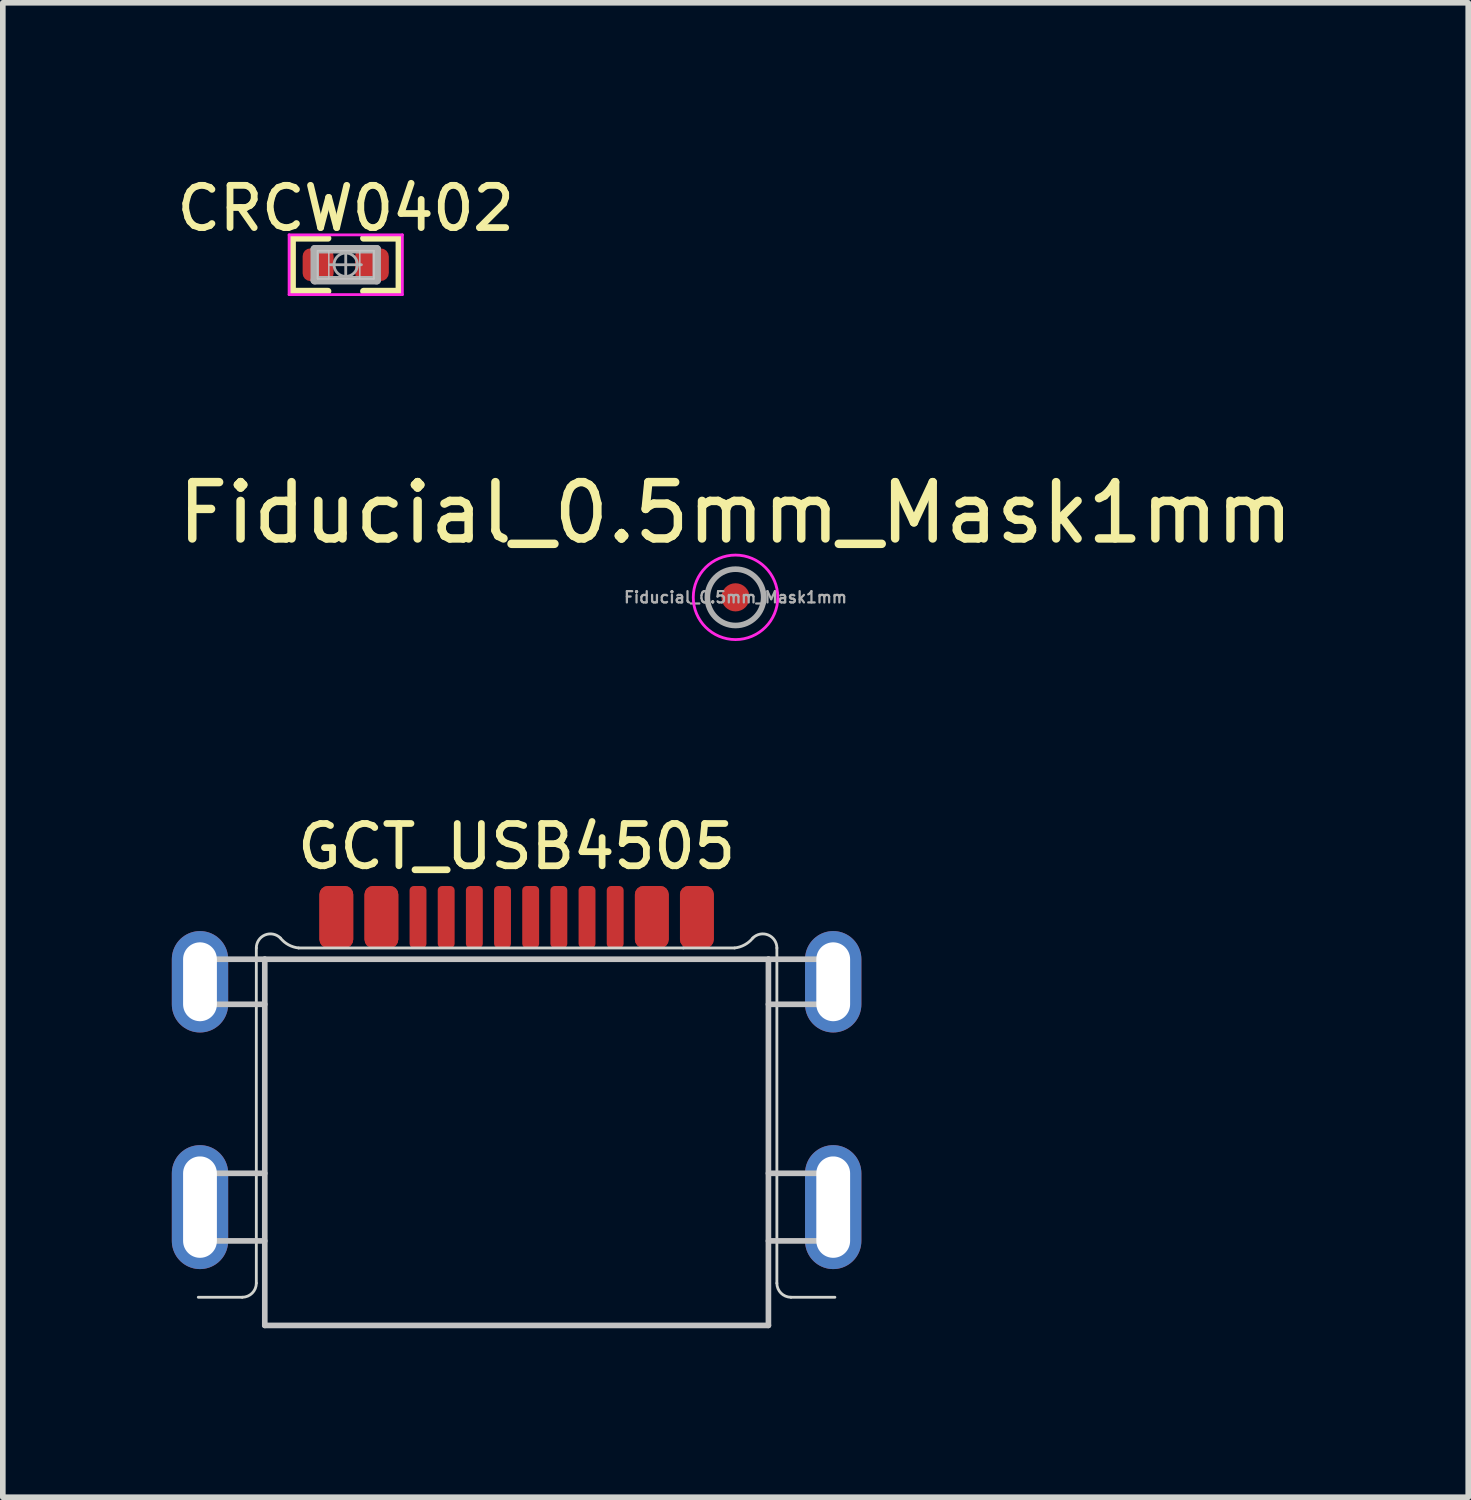
<source format=kicad_pcb>
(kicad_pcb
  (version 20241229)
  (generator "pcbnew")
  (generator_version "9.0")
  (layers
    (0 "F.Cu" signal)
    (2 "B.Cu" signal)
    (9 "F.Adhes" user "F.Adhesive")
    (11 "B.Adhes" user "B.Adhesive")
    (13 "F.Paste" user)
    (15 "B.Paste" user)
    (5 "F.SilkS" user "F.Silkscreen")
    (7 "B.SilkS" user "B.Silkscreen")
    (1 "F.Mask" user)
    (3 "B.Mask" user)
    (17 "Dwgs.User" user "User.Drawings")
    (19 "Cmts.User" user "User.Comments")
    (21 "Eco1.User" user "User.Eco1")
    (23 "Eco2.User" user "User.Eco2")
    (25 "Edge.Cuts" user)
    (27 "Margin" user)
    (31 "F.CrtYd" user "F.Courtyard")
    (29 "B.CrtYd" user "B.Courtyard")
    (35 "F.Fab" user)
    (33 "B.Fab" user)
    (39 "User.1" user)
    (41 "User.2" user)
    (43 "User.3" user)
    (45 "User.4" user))
  (footprint "CRCW0402"
    (layer "F.Cu")
    (at 3.087 1.649)
    (property "Reference" "CRCW0402" (at 0 -1 0) (layer "F.SilkS") (effects (font (size 0.75 0.75) (thickness 0.12))))
    (attr smd)
    (fp_line (start -0.945 -0.47) (end -0.315 -0.47) (stroke (width 0.12) (type solid)) (layer "F.SilkS"))
    (fp_line (start -0.945 0.47) (end -0.945 -0.47) (stroke (width 0.12) (type solid)) (layer "F.SilkS"))
    (fp_line (start -0.315 0.47) (end -0.945 0.47) (stroke (width 0.12) (type solid)) (layer "F.SilkS"))
    (fp_line (start 0.315 0.47) (end 0.945 0.47) (stroke (width 0.12) (type solid)) (layer "F.SilkS"))
    (fp_line (start 0.945 -0.47) (end 0.315 -0.47) (stroke (width 0.12) (type solid)) (layer "F.SilkS"))
    (fp_line (start 0.945 0.47) (end 0.945 -0.47) (stroke (width 0.12) (type solid)) (layer "F.SilkS"))
    (fp_line (start -0.5 -0.25) (end -0.3 -0.25) (stroke (width 0.025) (type solid)) (layer "Dwgs.User"))
    (fp_line (start -0.5 -0.25) (end 0.5 -0.25) (stroke (width 0.025) (type solid)) (layer "Dwgs.User"))
    (fp_line (start -0.5 0.25) (end -0.5 -0.25) (stroke (width 0.025) (type solid)) (layer "Dwgs.User"))
    (fp_line (start -0.5 0.25) (end -0.5 -0.25) (stroke (width 0.025) (type solid)) (layer "Dwgs.User"))
    (fp_line (start -0.3 -0.25) (end -0.3 0.25) (stroke (width 0.025) (type solid)) (layer "Dwgs.User"))
    (fp_line (start -0.3 0.25) (end -0.5 0.25) (stroke (width 0.025) (type solid)) (layer "Dwgs.User"))
    (fp_line (start 0.25 -0.25) (end 0.5 -0.25) (stroke (width 0.025) (type solid)) (layer "Dwgs.User"))
    (fp_line (start 0.25 0.25) (end 0.25 -0.25) (stroke (width 0.025) (type solid)) (layer "Dwgs.User"))
    (fp_line (start 0.5 -0.25) (end 0.5 0.25) (stroke (width 0.025) (type solid)) (layer "Dwgs.User"))
    (fp_line (start 0.5 -0.25) (end 0.5 0.25) (stroke (width 0.025) (type solid)) (layer "Dwgs.User"))
    (fp_line (start 0.5 0.25) (end -0.5 0.25) (stroke (width 0.025) (type solid)) (layer "Dwgs.User"))
    (fp_line (start 0.5 0.25) (end 0.25 0.25) (stroke (width 0.025) (type solid)) (layer "Dwgs.User"))
    (fp_line (start -1.005 -0.53) (end 1.005 -0.53) (stroke (width 0.05) (type solid)) (layer "F.CrtYd"))
    (fp_line (start -1.005 0.53) (end -1.005 -0.53) (stroke (width 0.05) (type solid)) (layer "F.CrtYd"))
    (fp_line (start 1.005 -0.53) (end 1.005 0.53) (stroke (width 0.05) (type solid)) (layer "F.CrtYd"))
    (fp_line (start 1.005 0.53) (end -1.005 0.53) (stroke (width 0.05) (type solid)) (layer "F.CrtYd"))
    (fp_line (start -0.55 -0.275) (end 0.55 -0.275) (stroke (width 0.15) (type solid)) (layer "F.Fab"))
    (fp_line (start -0.55 0.275) (end -0.55 -0.275) (stroke (width 0.15) (type solid)) (layer "F.Fab"))
    (fp_line (start 0 -0.278) (end 0 0.278) (stroke (width 0.05) (type solid)) (layer "F.Fab"))
    (fp_line (start 0.278 0) (end -0.278 0) (stroke (width 0.05) (type solid)) (layer "F.Fab"))
    (fp_line (start 0.55 -0.275) (end 0.55 0.275) (stroke (width 0.15) (type solid)) (layer "F.Fab"))
    (fp_line (start 0.55 0.275) (end -0.55 0.275) (stroke (width 0.15) (type solid)) (layer "F.Fab"))
    (fp_circle (center 0 0) (end 0.208 0) (stroke (width 0.05) (type solid)) (fill no) (layer "F.Fab"))
    (pad "1" smd roundrect (at -0.49 0) (size 0.55 0.58) (layers "F.Cu" "F.Mask" "F.Paste") (roundrect_rratio 0.25))
    (pad "2" smd roundrect (at 0.465 0) (size 0.6 0.58) (layers "F.Cu" "F.Mask" "F.Paste") (roundrect_rratio 0.25)))
  (footprint "Fiducial_0.5mm_Mask1mm"
    (layer "F.Cu")
    (at 10.006 7.553)
    (property "Reference" "Fiducial_0.5mm_Mask1mm" (at 0 -1.5 0) (layer "F.SilkS") (effects (font (size 1 1) (thickness 0.15))))
    (attr smd)
    (fp_circle (center 0 0) (end 0.75 0) (stroke (width 0.05) (type solid)) (fill no) (layer "F.CrtYd"))
    (fp_circle (center 0 0) (end 0.5 0) (stroke (width 0.1) (type solid)) (fill no) (layer "F.Fab"))
    (fp_text user "${REFERENCE}" (at 0 0 0) (layer "F.Fab") (effects (font (size 0.2 0.2) (thickness 0.04))))
    (pad "" smd circle (at 0 0) (size 0.5 0.5) (layers "F.Cu" "F.Mask")))
  (footprint "GCT_USB4505"
    (layer "F.Cu")
    (at 6.12 19.977)
    (property "Reference" "GCT_USB4505" (at 0 -8 0) (unlocked yes) (layer "F.SilkS") (effects (font (size 0.75 0.75) (thickness 0.12))))
    (attr smd)
    (fp_line (start -5.85 -6) (end -5.85 -5.2) (stroke (width 0.1) (type default)) (layer "Dwgs.User"))
    (fp_line (start -5.85 -5.2) (end -4.47 -5.2) (stroke (width 0.1) (type default)) (layer "Dwgs.User"))
    (fp_line (start -5.85 -2.2) (end -5.85 -1) (stroke (width 0.1) (type default)) (layer "Dwgs.User"))
    (fp_line (start -5.39 -6) (end -5.39 -5.2) (stroke (width 0.1) (type default)) (layer "Dwgs.User"))
    (fp_line (start -5.39 -2.2) (end -5.39 -1) (stroke (width 0.1) (type default)) (layer "Dwgs.User"))
    (fp_line (start -4.47 -6) (end -5.85 -6) (stroke (width 0.1) (type default)) (layer "Dwgs.User"))
    (fp_line (start -4.47 -6) (end 4.47 -6) (stroke (width 0.1) (type default)) (layer "Dwgs.User"))
    (fp_line (start -4.47 -2.2) (end -5.85 -2.2) (stroke (width 0.1) (type default)) (layer "Dwgs.User"))
    (fp_line (start -4.47 -1) (end -5.85 -1) (stroke (width 0.1) (type default)) (layer "Dwgs.User"))
    (fp_line (start -4.47 0.5) (end -4.47 -6) (stroke (width 0.1) (type default)) (layer "Dwgs.User"))
    (fp_line (start -4.47 0.5) (end 4.47 0.5) (stroke (width 0.1) (type default)) (layer "Dwgs.User"))
    (fp_line (start 4.47 -6) (end 5.85 -6) (stroke (width 0.1) (type default)) (layer "Dwgs.User"))
    (fp_line (start 4.47 -2.2) (end 5.85 -2.2) (stroke (width 0.1) (type default)) (layer "Dwgs.User"))
    (fp_line (start 4.47 -1) (end 5.85 -1) (stroke (width 0.1) (type default)) (layer "Dwgs.User"))
    (fp_line (start 4.47 0.5) (end 4.47 -6) (stroke (width 0.1) (type default)) (layer "Dwgs.User"))
    (fp_line (start 5.39 -6) (end 5.39 -5.2) (stroke (width 0.1) (type default)) (layer "Dwgs.User"))
    (fp_line (start 5.39 -2.2) (end 5.39 -1) (stroke (width 0.1) (type default)) (layer "Dwgs.User"))
    (fp_line (start 5.85 -6) (end 5.85 -5.2) (stroke (width 0.1) (type default)) (layer "Dwgs.User"))
    (fp_line (start 5.85 -5.2) (end 4.47 -5.2) (stroke (width 0.1) (type default)) (layer "Dwgs.User"))
    (fp_line (start 5.85 -1) (end 5.85 -2.2) (stroke (width 0.1) (type default)) (layer "Dwgs.User"))
    (fp_line (start -5.65 0) (end -4.87 0) (stroke (width 0.05) (type default)) (layer "Edge.Cuts"))
    (fp_line (start -4.62 -0.25) (end -4.62 -6.2) (stroke (width 0.05) (type default)) (layer "Edge.Cuts"))
    (fp_line (start -3.87 -6.2) (end 2.96 -6.2) (stroke (width 0.05) (type default)) (layer "Edge.Cuts"))
    (fp_line (start 3.87 -6.2) (end 2.96 -6.2) (stroke (width 0.05) (type default)) (layer "Edge.Cuts"))
    (fp_line (start 4.62 -0.25) (end 4.62 -6.2) (stroke (width 0.05) (type default)) (layer "Edge.Cuts"))
    (fp_line (start 5.65 0) (end 4.87 0) (stroke (width 0.05) (type default)) (layer "Edge.Cuts"))
    (fp_arc (start -4.62 -6.2) (mid -4.465671 -6.43097) (end -4.193223 -6.376777) (stroke (width 0.05) (type default)) (layer "Edge.Cuts"))
    (fp_arc (start -4.62 -0.25) (mid -4.693223 -0.073223) (end -4.87 0) (stroke (width 0.05) (type default)) (layer "Edge.Cuts"))
    (fp_arc (start -3.87 -6.2) (mid -4.049193 -6.256242) (end -4.193223 -6.376777) (stroke (width 0.05) (type default)) (layer "Edge.Cuts"))
    (fp_arc (start 4.193223 -6.376777) (mid 4.049193 -6.256242) (end 3.87 -6.2) (stroke (width 0.05) (type default)) (layer "Edge.Cuts"))
    (fp_arc (start 4.193223 -6.376777) (mid 4.465671 -6.43097) (end 4.62 -6.2) (stroke (width 0.05) (type default)) (layer "Edge.Cuts"))
    (fp_arc (start 4.87 0) (mid 4.693223 -0.073223) (end 4.62 -0.25) (stroke (width 0.05) (type default)) (layer "Edge.Cuts"))
    (pad "A1" smd roundrect (at -3.2 -6.75) (size 0.6 1.1) (layers "F.Cu" "F.Mask" "F.Paste") (roundrect_rratio 0.25))
    (pad "A4" smd roundrect (at -2.4 -6.75) (size 0.6 1.1) (layers "F.Cu" "F.Mask" "F.Paste") (roundrect_rratio 0.25))
    (pad "A5" smd roundrect (at -1.25 -6.75) (size 0.3 1.1) (layers "F.Cu" "F.Mask" "F.Paste") (roundrect_rratio 0.25))
    (pad "A6" smd roundrect (at -0.25 -6.75) (size 0.3 1.1) (layers "F.Cu" "F.Mask" "F.Paste") (roundrect_rratio 0.25))
    (pad "A7" smd roundrect (at 0.25 -6.75) (size 0.3 1.1) (layers "F.Cu" "F.Mask" "F.Paste") (roundrect_rratio 0.25))
    (pad "A8" smd roundrect (at 1.25 -6.75) (size 0.3 1.1) (layers "F.Cu" "F.Mask" "F.Paste") (roundrect_rratio 0.25))
    (pad "A9" smd roundrect (at 2.4 -6.75) (size 0.6 1.1) (layers "F.Cu" "F.Mask" "F.Paste") (roundrect_rratio 0.25))
    (pad "A12" smd roundrect (at 3.2 -6.75) (size 0.6 1.1) (layers "F.Cu" "F.Mask" "F.Paste") (roundrect_rratio 0.25))
    (pad "B1" smd roundrect (at 3.2 -6.75) (size 0.6 1.1) (layers "F.Cu" "F.Mask" "F.Paste") (roundrect_rratio 0.25))
    (pad "B4" smd roundrect (at 2.4 -6.75) (size 0.6 1.1) (layers "F.Cu" "F.Mask" "F.Paste") (roundrect_rratio 0.25))
    (pad "B5" smd roundrect (at 1.75 -6.75) (size 0.3 1.1) (layers "F.Cu" "F.Mask" "F.Paste") (roundrect_rratio 0.25))
    (pad "B6" smd roundrect (at 0.75 -6.75) (size 0.3 1.1) (layers "F.Cu" "F.Mask" "F.Paste") (roundrect_rratio 0.25))
    (pad "B7" smd roundrect (at -0.75 -6.75) (size 0.3 1.1) (layers "F.Cu" "F.Mask" "F.Paste") (roundrect_rratio 0.25))
    (pad "B8" smd roundrect (at -1.75 -6.75) (size 0.3 1.1) (layers "F.Cu" "F.Mask" "F.Paste") (roundrect_rratio 0.25))
    (pad "B9" smd roundrect (at -2.4 -6.75) (size 0.6 1.1) (layers "F.Cu" "F.Mask" "F.Paste") (roundrect_rratio 0.25))
    (pad "B12" smd roundrect (at -3.2 -6.75) (size 0.6 1.1) (layers "F.Cu" "F.Mask" "F.Paste") (roundrect_rratio 0.25))
    (pad "S1" thru_hole oval (at -5.62 -1.6) (size 1 2.2) (drill oval 0.6 1.8) (layers "*.Cu" "*.Mask"))
    (pad "S2" thru_hole oval (at 5.62 -1.6) (size 1 2.2) (drill oval 0.6 1.8) (layers "*.Cu" "*.Mask"))
    (pad "S3" thru_hole oval (at 5.62 -5.6) (size 1 1.8) (drill oval 0.6 1.4) (layers "*.Cu" "*.Mask"))
    (pad "S4" thru_hole oval (at -5.62 -5.6) (size 1 1.8) (drill oval 0.6 1.4) (layers "*.Cu" "*.Mask")))
  (gr_rect
    (start -3 -3)
    (end 23.012 23.527)
    (stroke (width 0.1) (type default))
    (fill no)
    (layer "Edge.Cuts")))
</source>
